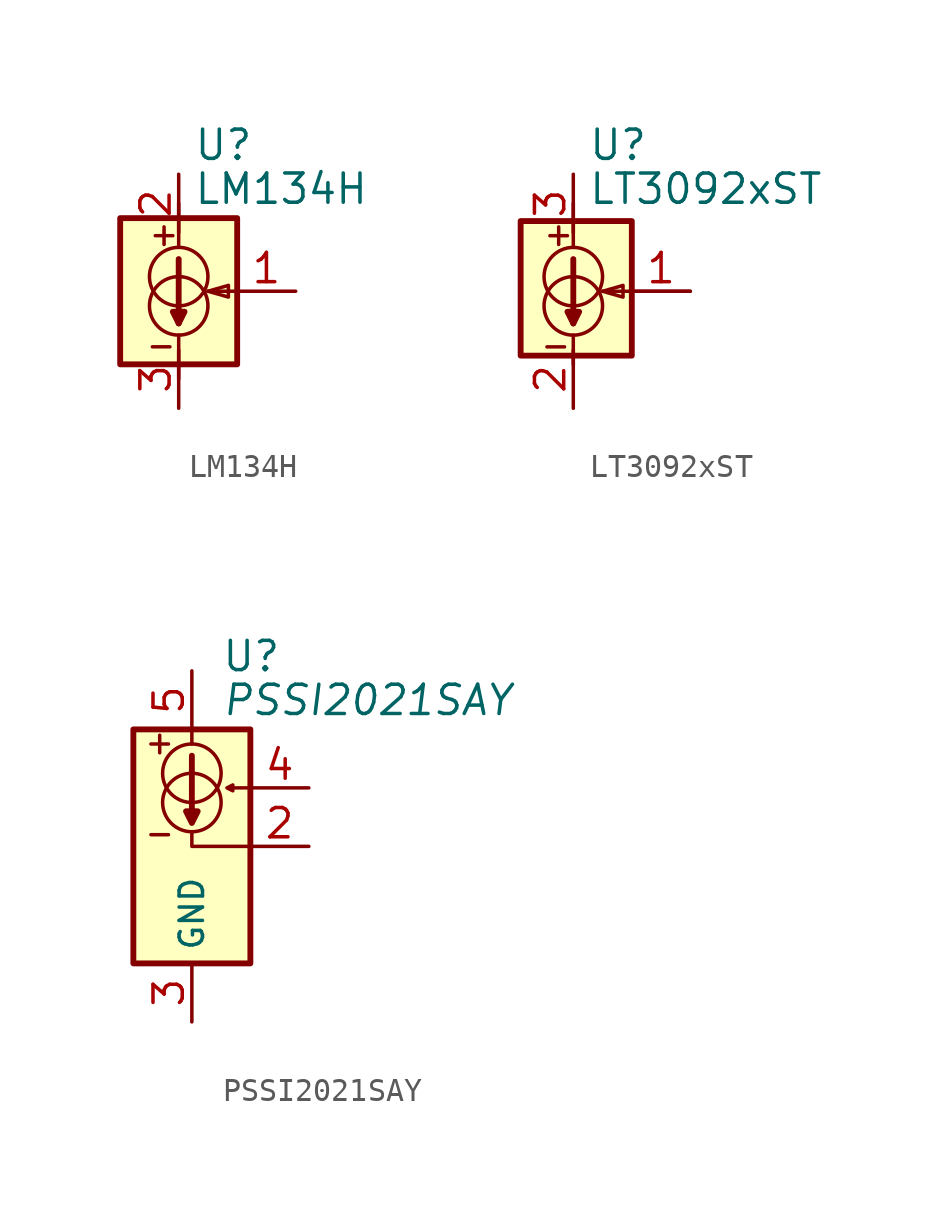
<source format=kicad_sym>
(kicad_symbol_lib
  (version 20241209)
  (generator "kicad_symbol_editor")
  (generator_version "9.0")
  (symbol "LM134H"
    (property "Reference" "U"
      (at 0.635 6.35 0)
      (effects (font (size 1.27 1.27)) (justify left)))
    (property "Value" "LM134H"
      (at 0.635 4.445 0)
      (effects (font (size 1.27 1.27)) (justify left)))
    (symbol "LM134H_0_1"
      (rectangle (start -2.54 3.175) (end 2.54 -3.175) (stroke (width 0.254) (type default)) (fill (type background)))
      (polyline (pts (xy -1.143 -2.413) (xy -0.381 -2.413)) (stroke (width 0) (type default)) (fill (type none)))
      (polyline (pts (xy -1.016 2.413) (xy -0.254 2.413)) (stroke (width 0) (type default)) (fill (type none)))
      (polyline (pts (xy -0.635 2.794) (xy -0.635 2.032)) (stroke (width 0) (type default)) (fill (type none)))
      (polyline (pts (xy 0 3.81) (xy 0 1.905)) (stroke (width 0) (type default)) (fill (type none)))
      (polyline (pts (xy 0 1.397) (xy 0 -1.397)) (stroke (width 0.254) (type default)) (fill (type none)))
      (circle (center 0 0.635) (radius 1.27) (stroke (width 0) (type default)) (fill (type none)))
      (circle (center 0 -0.635) (radius 1.27) (stroke (width 0) (type default)) (fill (type none)))
      (polyline (pts (xy 0 -1.397) (xy -0.254 -0.889) (xy 0.254 -0.889) (xy 0 -1.397)) (stroke (width 0.254) (type default)) (fill (type none)))
      (polyline (pts (xy 0 -1.905) (xy 0 -3.81)) (stroke (width 0) (type default)) (fill (type none)))
      (polyline (pts (xy 1.27 0) (xy 2.159 0.254) (xy 2.159 -0.254) (xy 1.27 0)) (stroke (width 0) (type default)) (fill (type none)))
      (polyline (pts (xy 2.54 0) (xy 1.27 0)) (stroke (width 0) (type default)) (fill (type none))))
    (symbol "LM134H_1_1"
      (pin passive line (at 0 5.08 270) (length 2.54) (name "~" (effects (font (size 1.27 1.27)))) (number "2" (effects (font (size 1.27 1.27)))))
      (pin passive line (at 0 -5.08 90) (length 2.54) (name "~" (effects (font (size 1.27 1.27)))) (number "3" (effects (font (size 1.27 1.27)))))
      (pin passive line (at 5.08 0 180) (length 2.54) (name "~" (effects (font (size 1.27 1.27)))) (number "1" (effects (font (size 1.27 1.27)))))))
  (symbol "LT3092xST"
    (property "Reference" "U"
      (at 0.635 6.35 0)
      (effects (font (size 1.27 1.27)) (justify left)))
    (property "Value" "LT3092xST"
      (at 0.635 4.445 0)
      (effects (font (size 1.27 1.27)) (justify left)))
    (symbol "LT3092xST_0_1"
      (rectangle (start -2.286 3.048) (end 2.54 -2.794) (stroke (width 0.254) (type default)) (fill (type background)))
      (polyline (pts (xy -1.143 -2.413) (xy -0.381 -2.413)) (stroke (width 0) (type default)) (fill (type none)))
      (polyline (pts (xy -1.016 2.413) (xy -0.254 2.413)) (stroke (width 0) (type default)) (fill (type none)))
      (polyline (pts (xy -0.635 2.794) (xy -0.635 2.032)) (stroke (width 0) (type default)) (fill (type none)))
      (polyline (pts (xy 0 3.81) (xy 0 1.905)) (stroke (width 0) (type default)) (fill (type none)))
      (polyline (pts (xy 0 1.397) (xy 0 -1.397)) (stroke (width 0.254) (type default)) (fill (type none)))
      (circle (center 0 0.635) (radius 1.27) (stroke (width 0) (type default)) (fill (type none)))
      (circle (center 0 -0.635) (radius 1.27) (stroke (width 0) (type default)) (fill (type none)))
      (polyline (pts (xy 0 -1.397) (xy -0.254 -0.889) (xy 0.254 -0.889) (xy 0 -1.397)) (stroke (width 0.254) (type default)) (fill (type none)))
      (polyline (pts (xy 0 -1.905) (xy 0 -3.175)) (stroke (width 0) (type default)) (fill (type none)))
      (polyline (pts (xy 1.27 0) (xy 2.159 0.254) (xy 2.159 -0.254) (xy 1.27 0)) (stroke (width 0) (type default)) (fill (type none)))
      (polyline (pts (xy 5.08 0) (xy 1.27 0)) (stroke (width 0) (type default)) (fill (type none))))
    (symbol "LT3092xST_1_1"
      (pin passive line (at 0 5.08 270) (length 2.54) (name "~" (effects (font (size 1.27 1.27)))) (number "3" (effects (font (size 1.27 1.27)))))
      (pin passive line (at 0 -5.08 90) (length 2.54) (name "~" (effects (font (size 1.27 1.27)))) (number "2" (effects (font (size 1.27 1.27)))))
      (pin passive line (at 5.08 0 180) (length 2.54) (name "~" (effects (font (size 1.27 1.27)))) (number "1" (effects (font (size 1.27 1.27)))))))
  (symbol "PSSI2021SAY"
    (property "Reference" "U"
      (at 1.27 8.255 0)
      (effects (font (size 1.27 1.27)) (justify left)))
    (property "Value" "PSSI2021SAY"
      (at 1.27 6.35 0)
      (effects (font (size 1.27 1.27) (italic yes)) (justify left)))
    (symbol "PSSI2021SAY_0_1"
      (pin power_out line (at 5.08 0 180) (length 2.54) (name "~" (effects (font (size 1.27 1.27)))) (number "2" (effects (font (size 1.27 1.27))))))
    (symbol "PSSI2021SAY_1_1"
      (rectangle (start -2.54 5.08) (end 2.54 -5.08) (stroke (width 0.254) (type default)) (fill (type background)))
      (polyline (pts (xy -1.778 4.445) (xy -1.016 4.445)) (stroke (width 0) (type default)) (fill (type none)))
      (polyline (pts (xy -1.778 0.508) (xy -1.016 0.508)) (stroke (width 0) (type default)) (fill (type none)))
      (polyline (pts (xy -1.397 4.826) (xy -1.397 4.064)) (stroke (width 0) (type default)) (fill (type none)))
      (polyline (pts (xy 0 5.08) (xy 0 4.445)) (stroke (width 0) (type default)) (fill (type none)))
      (polyline (pts (xy 0 3.937) (xy 0 1.143)) (stroke (width 0.254) (type default)) (fill (type none)))
      (circle (center 0 3.175) (radius 1.27) (stroke (width 0) (type default)) (fill (type none)))
      (circle (center 0 1.905) (radius 1.27) (stroke (width 0) (type default)) (fill (type none)))
      (polyline (pts (xy 0 1.016) (xy -0.254 1.524) (xy 0.254 1.524) (xy 0 1.016)) (stroke (width 0.254) (type default)) (fill (type none)))
      (polyline (pts (xy 2.54 2.54) (xy 1.778 2.54) (xy 1.778 2.667) (xy 1.524 2.54) (xy 1.778 2.413) (xy 1.778 2.54)) (stroke (width 0) (type default)) (fill (type none)))
      (polyline (pts (xy 2.54 0) (xy 0 0) (xy 0 0.635)) (stroke (width 0) (type default)) (fill (type none)))
      (pin no_connect line (at -2.54 -2.54 0) (length 2.54) (hide yes) (name "NC" (effects (font (size 1.27 1.27)))) (number "1" (effects (font (size 1.27 1.27)))))
      (pin power_in line (at 0 7.62 270) (length 2.54) (name "~" (effects (font (size 1.27 1.27)))) (number "5" (effects (font (size 1.27 1.27)))))
      (pin power_in line (at 0 -7.62 90) (length 2.54) (name "GND" (effects (font (size 1.016 1.016)))) (number "3" (effects (font (size 1.27 1.27)))))
      (pin passive line (at 5.08 2.54 180) (length 2.54) (name "~" (effects (font (size 1.27 1.27)))) (number "4" (effects (font (size 1.27 1.27))))))))
</source>
